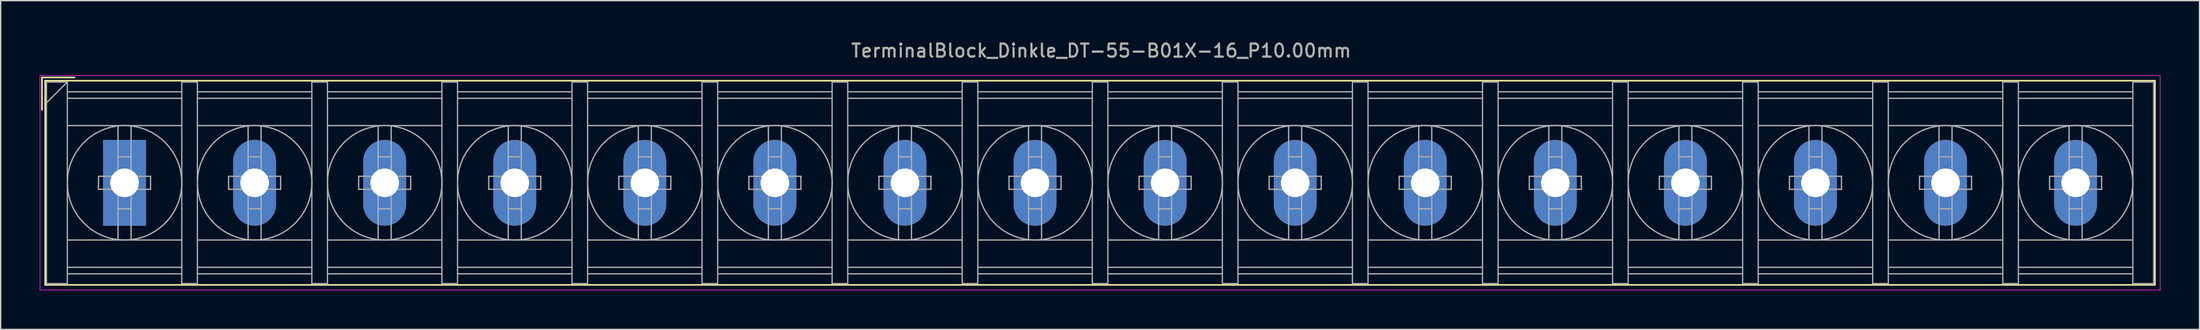
<source format=kicad_pcb>
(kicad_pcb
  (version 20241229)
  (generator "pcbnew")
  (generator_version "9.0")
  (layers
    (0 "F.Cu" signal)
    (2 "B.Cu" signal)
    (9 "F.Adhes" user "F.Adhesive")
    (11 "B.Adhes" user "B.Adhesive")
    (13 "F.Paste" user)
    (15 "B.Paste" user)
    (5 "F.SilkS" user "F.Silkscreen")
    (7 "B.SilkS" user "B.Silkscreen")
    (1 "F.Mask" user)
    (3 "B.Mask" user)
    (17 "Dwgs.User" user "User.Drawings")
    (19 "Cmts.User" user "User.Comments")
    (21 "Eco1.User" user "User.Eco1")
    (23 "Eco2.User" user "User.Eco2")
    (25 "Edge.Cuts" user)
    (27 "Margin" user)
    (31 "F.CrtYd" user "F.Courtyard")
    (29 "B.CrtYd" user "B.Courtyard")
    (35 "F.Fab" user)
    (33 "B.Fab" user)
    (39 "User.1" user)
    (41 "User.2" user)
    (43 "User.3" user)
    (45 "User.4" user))
  (footprint "TerminalBlock_Dinkle_DT-55-B01X-16_P10.00mm"
    (layer "F.Cu")
    (at 6.525 11.008)
    (property "Reference" "TerminalBlock_Dinkle_DT-55-B01X-16_P10.00mm" (at 75.08 -10.16 0) (layer "F.SilkS") (effects (font (size 1 1) (thickness 0.15))))
    (attr through_hole)
    (fp_line (start -6.35 -8.1) (end -3.85 -8.1) (stroke (width 0.12) (type solid)) (layer "F.SilkS"))
    (fp_line (start -6.35 -5.6) (end -6.35 -8.1) (stroke (width 0.12) (type solid)) (layer "F.SilkS"))
    (fp_line (start -6.1 -7.85) (end 156.1 -7.85) (stroke (width 0.12) (type solid)) (layer "F.SilkS"))
    (fp_line (start -6.1 7.85) (end -6.1 -7.85) (stroke (width 0.12) (type solid)) (layer "F.SilkS"))
    (fp_line (start -6.1 7.85) (end 156.1 7.85) (stroke (width 0.12) (type solid)) (layer "F.SilkS"))
    (fp_line (start 156.1 -7.85) (end 156.1 7.85) (stroke (width 0.12) (type solid)) (layer "F.SilkS"))
    (fp_line (start -6.5 -8.25) (end 156.5 -8.25) (stroke (width 0.05) (type solid)) (layer "F.CrtYd"))
    (fp_line (start -6.5 8.25) (end -6.5 -8.25) (stroke (width 0.05) (type solid)) (layer "F.CrtYd"))
    (fp_line (start -6.5 8.25) (end 156.5 8.25) (stroke (width 0.05) (type solid)) (layer "F.CrtYd"))
    (fp_line (start 156.5 -8.25) (end 156.5 8.25) (stroke (width 0.05) (type solid)) (layer "F.CrtYd"))
    (fp_line (start -6 -7.75) (end -6 7.75) (stroke (width 0.1) (type solid)) (layer "F.Fab"))
    (fp_line (start -6 -7.75) (end -4.4 -7.75) (stroke (width 0.1) (type solid)) (layer "F.Fab"))
    (fp_line (start -6 7.75) (end -4.4 7.75) (stroke (width 0.1) (type solid)) (layer "F.Fab"))
    (fp_line (start -4.4 -7.75) (end -6 -6.15) (stroke (width 0.1) (type solid)) (layer "F.Fab"))
    (fp_line (start -4.4 -7.75) (end -4.4 7.75) (stroke (width 0.1) (type solid)) (layer "F.Fab"))
    (fp_line (start -4.4 -7) (end 4.4 -7) (stroke (width 0.1) (type solid)) (layer "F.Fab"))
    (fp_line (start -4.4 -6.5) (end 4.4 -6.5) (stroke (width 0.1) (type solid)) (layer "F.Fab"))
    (fp_line (start -4.4 -4.4) (end 4.4 -4.4) (stroke (width 0.1) (type solid)) (layer "F.Fab"))
    (fp_line (start -4.4 4.4) (end 4.4 4.4) (stroke (width 0.1) (type solid)) (layer "F.Fab"))
    (fp_line (start -4.4 6.5) (end 4.4 6.5) (stroke (width 0.1) (type solid)) (layer "F.Fab"))
    (fp_line (start -4.4 7) (end 4.4 7) (stroke (width 0.1) (type solid)) (layer "F.Fab"))
    (fp_line (start -2 -0.5) (end -2 0.5) (stroke (width 0.1) (type solid)) (layer "F.Fab"))
    (fp_line (start -2 0.5) (end -0.5 0.5) (stroke (width 0.1) (type solid)) (layer "F.Fab"))
    (fp_line (start -0.5 -4.35) (end -0.5 -0.5) (stroke (width 0.1) (type solid)) (layer "F.Fab"))
    (fp_line (start -0.5 -2) (end 0.5 -2) (stroke (width 0.1) (type solid)) (layer "F.Fab"))
    (fp_line (start -0.5 -0.5) (end -2 -0.5) (stroke (width 0.1) (type solid)) (layer "F.Fab"))
    (fp_line (start -0.5 0.5) (end -0.5 4.35) (stroke (width 0.1) (type solid)) (layer "F.Fab"))
    (fp_line (start -0.5 2) (end 0.5 2) (stroke (width 0.1) (type solid)) (layer "F.Fab"))
    (fp_line (start 0.5 -4.35) (end 0.5 -0.5) (stroke (width 0.1) (type solid)) (layer "F.Fab"))
    (fp_line (start 0.5 -0.5) (end 2 -0.5) (stroke (width 0.1) (type solid)) (layer "F.Fab"))
    (fp_line (start 0.5 0.5) (end 0.5 4.35) (stroke (width 0.1) (type solid)) (layer "F.Fab"))
    (fp_line (start 2 -0.5) (end 2 0.5) (stroke (width 0.1) (type solid)) (layer "F.Fab"))
    (fp_line (start 2 0.5) (end 0.5 0.5) (stroke (width 0.1) (type solid)) (layer "F.Fab"))
    (fp_line (start 4.4 -7.75) (end 4.4 7.75) (stroke (width 0.1) (type solid)) (layer "F.Fab"))
    (fp_line (start 4.4 -7.75) (end 5.6 -7.75) (stroke (width 0.1) (type solid)) (layer "F.Fab"))
    (fp_line (start 4.4 7.75) (end 5.6 7.75) (stroke (width 0.1) (type solid)) (layer "F.Fab"))
    (fp_line (start 5.6 -7.75) (end 5.6 7.75) (stroke (width 0.1) (type solid)) (layer "F.Fab"))
    (fp_line (start 5.6 -7) (end 14.4 -7) (stroke (width 0.1) (type solid)) (layer "F.Fab"))
    (fp_line (start 5.6 -6.5) (end 14.4 -6.5) (stroke (width 0.1) (type solid)) (layer "F.Fab"))
    (fp_line (start 5.6 -4.4) (end 14.4 -4.4) (stroke (width 0.1) (type solid)) (layer "F.Fab"))
    (fp_line (start 5.6 4.4) (end 14.4 4.4) (stroke (width 0.1) (type solid)) (layer "F.Fab"))
    (fp_line (start 5.6 6.5) (end 14.4 6.5) (stroke (width 0.1) (type solid)) (layer "F.Fab"))
    (fp_line (start 5.6 7) (end 14.4 7) (stroke (width 0.1) (type solid)) (layer "F.Fab"))
    (fp_line (start 8 -0.5) (end 8 0.5) (stroke (width 0.1) (type solid)) (layer "F.Fab"))
    (fp_line (start 8 0.5) (end 9.5 0.5) (stroke (width 0.1) (type solid)) (layer "F.Fab"))
    (fp_line (start 9.5 -4.35) (end 9.5 -0.5) (stroke (width 0.1) (type solid)) (layer "F.Fab"))
    (fp_line (start 9.5 -2) (end 10.5 -2) (stroke (width 0.1) (type solid)) (layer "F.Fab"))
    (fp_line (start 9.5 -0.5) (end 8 -0.5) (stroke (width 0.1) (type solid)) (layer "F.Fab"))
    (fp_line (start 9.5 0.5) (end 9.5 4.35) (stroke (width 0.1) (type solid)) (layer "F.Fab"))
    (fp_line (start 9.5 2) (end 10.5 2) (stroke (width 0.1) (type solid)) (layer "F.Fab"))
    (fp_line (start 10.5 -4.35) (end 10.5 -0.5) (stroke (width 0.1) (type solid)) (layer "F.Fab"))
    (fp_line (start 10.5 -0.5) (end 12 -0.5) (stroke (width 0.1) (type solid)) (layer "F.Fab"))
    (fp_line (start 10.5 0.5) (end 10.5 4.35) (stroke (width 0.1) (type solid)) (layer "F.Fab"))
    (fp_line (start 12 -0.5) (end 12 0.5) (stroke (width 0.1) (type solid)) (layer "F.Fab"))
    (fp_line (start 12 0.5) (end 10.5 0.5) (stroke (width 0.1) (type solid)) (layer "F.Fab"))
    (fp_line (start 14.4 -7.75) (end 14.4 7.75) (stroke (width 0.1) (type solid)) (layer "F.Fab"))
    (fp_line (start 14.4 -7.75) (end 15.6 -7.75) (stroke (width 0.1) (type solid)) (layer "F.Fab"))
    (fp_line (start 14.4 7.75) (end 15.6 7.75) (stroke (width 0.1) (type solid)) (layer "F.Fab"))
    (fp_line (start 15.6 -7.75) (end 15.6 7.75) (stroke (width 0.1) (type solid)) (layer "F.Fab"))
    (fp_line (start 15.6 -7) (end 24.4 -7) (stroke (width 0.1) (type solid)) (layer "F.Fab"))
    (fp_line (start 15.6 -6.5) (end 24.4 -6.5) (stroke (width 0.1) (type solid)) (layer "F.Fab"))
    (fp_line (start 15.6 -4.4) (end 24.4 -4.4) (stroke (width 0.1) (type solid)) (layer "F.Fab"))
    (fp_line (start 15.6 4.4) (end 24.4 4.4) (stroke (width 0.1) (type solid)) (layer "F.Fab"))
    (fp_line (start 15.6 6.5) (end 24.4 6.5) (stroke (width 0.1) (type solid)) (layer "F.Fab"))
    (fp_line (start 15.6 7) (end 24.4 7) (stroke (width 0.1) (type solid)) (layer "F.Fab"))
    (fp_line (start 18 -0.5) (end 18 0.5) (stroke (width 0.1) (type solid)) (layer "F.Fab"))
    (fp_line (start 18 0.5) (end 19.5 0.5) (stroke (width 0.1) (type solid)) (layer "F.Fab"))
    (fp_line (start 19.5 -4.35) (end 19.5 -0.5) (stroke (width 0.1) (type solid)) (layer "F.Fab"))
    (fp_line (start 19.5 -2) (end 20.5 -2) (stroke (width 0.1) (type solid)) (layer "F.Fab"))
    (fp_line (start 19.5 -0.5) (end 18 -0.5) (stroke (width 0.1) (type solid)) (layer "F.Fab"))
    (fp_line (start 19.5 0.5) (end 19.5 4.35) (stroke (width 0.1) (type solid)) (layer "F.Fab"))
    (fp_line (start 19.5 2) (end 20.5 2) (stroke (width 0.1) (type solid)) (layer "F.Fab"))
    (fp_line (start 20.5 -4.35) (end 20.5 -0.5) (stroke (width 0.1) (type solid)) (layer "F.Fab"))
    (fp_line (start 20.5 -0.5) (end 22 -0.5) (stroke (width 0.1) (type solid)) (layer "F.Fab"))
    (fp_line (start 20.5 0.5) (end 20.5 4.35) (stroke (width 0.1) (type solid)) (layer "F.Fab"))
    (fp_line (start 22 -0.5) (end 22 0.5) (stroke (width 0.1) (type solid)) (layer "F.Fab"))
    (fp_line (start 22 0.5) (end 20.5 0.5) (stroke (width 0.1) (type solid)) (layer "F.Fab"))
    (fp_line (start 24.4 -7.75) (end 24.4 7.75) (stroke (width 0.1) (type solid)) (layer "F.Fab"))
    (fp_line (start 24.4 -7.75) (end 25.6 -7.75) (stroke (width 0.1) (type solid)) (layer "F.Fab"))
    (fp_line (start 24.4 7.75) (end 25.6 7.75) (stroke (width 0.1) (type solid)) (layer "F.Fab"))
    (fp_line (start 25.6 -7.75) (end 25.6 7.75) (stroke (width 0.1) (type solid)) (layer "F.Fab"))
    (fp_line (start 25.6 -7) (end 34.4 -7) (stroke (width 0.1) (type solid)) (layer "F.Fab"))
    (fp_line (start 25.6 -6.5) (end 34.4 -6.5) (stroke (width 0.1) (type solid)) (layer "F.Fab"))
    (fp_line (start 25.6 -4.4) (end 34.4 -4.4) (stroke (width 0.1) (type solid)) (layer "F.Fab"))
    (fp_line (start 25.6 4.4) (end 34.4 4.4) (stroke (width 0.1) (type solid)) (layer "F.Fab"))
    (fp_line (start 25.6 6.5) (end 34.4 6.5) (stroke (width 0.1) (type solid)) (layer "F.Fab"))
    (fp_line (start 25.6 7) (end 34.4 7) (stroke (width 0.1) (type solid)) (layer "F.Fab"))
    (fp_line (start 28 -0.5) (end 28 0.5) (stroke (width 0.1) (type solid)) (layer "F.Fab"))
    (fp_line (start 28 0.5) (end 29.5 0.5) (stroke (width 0.1) (type solid)) (layer "F.Fab"))
    (fp_line (start 29.5 -4.35) (end 29.5 -0.5) (stroke (width 0.1) (type solid)) (layer "F.Fab"))
    (fp_line (start 29.5 -2) (end 30.5 -2) (stroke (width 0.1) (type solid)) (layer "F.Fab"))
    (fp_line (start 29.5 -0.5) (end 28 -0.5) (stroke (width 0.1) (type solid)) (layer "F.Fab"))
    (fp_line (start 29.5 0.5) (end 29.5 4.35) (stroke (width 0.1) (type solid)) (layer "F.Fab"))
    (fp_line (start 29.5 2) (end 30.5 2) (stroke (width 0.1) (type solid)) (layer "F.Fab"))
    (fp_line (start 30.5 -4.35) (end 30.5 -0.5) (stroke (width 0.1) (type solid)) (layer "F.Fab"))
    (fp_line (start 30.5 -0.5) (end 32 -0.5) (stroke (width 0.1) (type solid)) (layer "F.Fab"))
    (fp_line (start 30.5 0.5) (end 30.5 4.35) (stroke (width 0.1) (type solid)) (layer "F.Fab"))
    (fp_line (start 32 -0.5) (end 32 0.5) (stroke (width 0.1) (type solid)) (layer "F.Fab"))
    (fp_line (start 32 0.5) (end 30.5 0.5) (stroke (width 0.1) (type solid)) (layer "F.Fab"))
    (fp_line (start 34.4 -7.75) (end 34.4 7.75) (stroke (width 0.1) (type solid)) (layer "F.Fab"))
    (fp_line (start 34.4 -7.75) (end 35.6 -7.75) (stroke (width 0.1) (type solid)) (layer "F.Fab"))
    (fp_line (start 34.4 7.75) (end 35.6 7.75) (stroke (width 0.1) (type solid)) (layer "F.Fab"))
    (fp_line (start 35.6 -7.75) (end 35.6 7.75) (stroke (width 0.1) (type solid)) (layer "F.Fab"))
    (fp_line (start 35.6 -7) (end 44.4 -7) (stroke (width 0.1) (type solid)) (layer "F.Fab"))
    (fp_line (start 35.6 -6.5) (end 44.4 -6.5) (stroke (width 0.1) (type solid)) (layer "F.Fab"))
    (fp_line (start 35.6 -4.4) (end 44.4 -4.4) (stroke (width 0.1) (type solid)) (layer "F.Fab"))
    (fp_line (start 35.6 4.4) (end 44.4 4.4) (stroke (width 0.1) (type solid)) (layer "F.Fab"))
    (fp_line (start 35.6 6.5) (end 44.4 6.5) (stroke (width 0.1) (type solid)) (layer "F.Fab"))
    (fp_line (start 35.6 7) (end 44.4 7) (stroke (width 0.1) (type solid)) (layer "F.Fab"))
    (fp_line (start 38 -0.5) (end 38 0.5) (stroke (width 0.1) (type solid)) (layer "F.Fab"))
    (fp_line (start 38 0.5) (end 39.5 0.5) (stroke (width 0.1) (type solid)) (layer "F.Fab"))
    (fp_line (start 39.5 -4.35) (end 39.5 -0.5) (stroke (width 0.1) (type solid)) (layer "F.Fab"))
    (fp_line (start 39.5 -2) (end 40.5 -2) (stroke (width 0.1) (type solid)) (layer "F.Fab"))
    (fp_line (start 39.5 -0.5) (end 38 -0.5) (stroke (width 0.1) (type solid)) (layer "F.Fab"))
    (fp_line (start 39.5 0.5) (end 39.5 4.35) (stroke (width 0.1) (type solid)) (layer "F.Fab"))
    (fp_line (start 39.5 2) (end 40.5 2) (stroke (width 0.1) (type solid)) (layer "F.Fab"))
    (fp_line (start 40.5 -4.35) (end 40.5 -0.5) (stroke (width 0.1) (type solid)) (layer "F.Fab"))
    (fp_line (start 40.5 -0.5) (end 42 -0.5) (stroke (width 0.1) (type solid)) (layer "F.Fab"))
    (fp_line (start 40.5 0.5) (end 40.5 4.35) (stroke (width 0.1) (type solid)) (layer "F.Fab"))
    (fp_line (start 42 -0.5) (end 42 0.5) (stroke (width 0.1) (type solid)) (layer "F.Fab"))
    (fp_line (start 42 0.5) (end 40.5 0.5) (stroke (width 0.1) (type solid)) (layer "F.Fab"))
    (fp_line (start 44.4 -7.75) (end 44.4 7.75) (stroke (width 0.1) (type solid)) (layer "F.Fab"))
    (fp_line (start 44.4 -7.75) (end 45.6 -7.75) (stroke (width 0.1) (type solid)) (layer "F.Fab"))
    (fp_line (start 44.4 7.75) (end 45.6 7.75) (stroke (width 0.1) (type solid)) (layer "F.Fab"))
    (fp_line (start 45.6 -7.75) (end 45.6 7.75) (stroke (width 0.1) (type solid)) (layer "F.Fab"))
    (fp_line (start 45.6 -7) (end 54.4 -7) (stroke (width 0.1) (type solid)) (layer "F.Fab"))
    (fp_line (start 45.6 -6.5) (end 54.4 -6.5) (stroke (width 0.1) (type solid)) (layer "F.Fab"))
    (fp_line (start 45.6 -4.4) (end 54.4 -4.4) (stroke (width 0.1) (type solid)) (layer "F.Fab"))
    (fp_line (start 45.6 4.4) (end 54.4 4.4) (stroke (width 0.1) (type solid)) (layer "F.Fab"))
    (fp_line (start 45.6 6.5) (end 54.4 6.5) (stroke (width 0.1) (type solid)) (layer "F.Fab"))
    (fp_line (start 45.6 7) (end 54.4 7) (stroke (width 0.1) (type solid)) (layer "F.Fab"))
    (fp_line (start 48 -0.5) (end 48 0.5) (stroke (width 0.1) (type solid)) (layer "F.Fab"))
    (fp_line (start 48 0.5) (end 49.5 0.5) (stroke (width 0.1) (type solid)) (layer "F.Fab"))
    (fp_line (start 49.5 -4.35) (end 49.5 -0.5) (stroke (width 0.1) (type solid)) (layer "F.Fab"))
    (fp_line (start 49.5 -2) (end 50.5 -2) (stroke (width 0.1) (type solid)) (layer "F.Fab"))
    (fp_line (start 49.5 -0.5) (end 48 -0.5) (stroke (width 0.1) (type solid)) (layer "F.Fab"))
    (fp_line (start 49.5 0.5) (end 49.5 4.35) (stroke (width 0.1) (type solid)) (layer "F.Fab"))
    (fp_line (start 49.5 2) (end 50.5 2) (stroke (width 0.1) (type solid)) (layer "F.Fab"))
    (fp_line (start 50.5 -4.35) (end 50.5 -0.5) (stroke (width 0.1) (type solid)) (layer "F.Fab"))
    (fp_line (start 50.5 -0.5) (end 52 -0.5) (stroke (width 0.1) (type solid)) (layer "F.Fab"))
    (fp_line (start 50.5 0.5) (end 50.5 4.35) (stroke (width 0.1) (type solid)) (layer "F.Fab"))
    (fp_line (start 52 -0.5) (end 52 0.5) (stroke (width 0.1) (type solid)) (layer "F.Fab"))
    (fp_line (start 52 0.5) (end 50.5 0.5) (stroke (width 0.1) (type solid)) (layer "F.Fab"))
    (fp_line (start 54.4 -7.75) (end 54.4 7.75) (stroke (width 0.1) (type solid)) (layer "F.Fab"))
    (fp_line (start 54.4 -7.75) (end 55.6 -7.75) (stroke (width 0.1) (type solid)) (layer "F.Fab"))
    (fp_line (start 54.4 7.75) (end 55.6 7.75) (stroke (width 0.1) (type solid)) (layer "F.Fab"))
    (fp_line (start 55.6 -7.75) (end 55.6 7.75) (stroke (width 0.1) (type solid)) (layer "F.Fab"))
    (fp_line (start 55.6 -7) (end 64.4 -7) (stroke (width 0.1) (type solid)) (layer "F.Fab"))
    (fp_line (start 55.6 -6.5) (end 64.4 -6.5) (stroke (width 0.1) (type solid)) (layer "F.Fab"))
    (fp_line (start 55.6 -4.4) (end 64.4 -4.4) (stroke (width 0.1) (type solid)) (layer "F.Fab"))
    (fp_line (start 55.6 4.4) (end 64.4 4.4) (stroke (width 0.1) (type solid)) (layer "F.Fab"))
    (fp_line (start 55.6 6.5) (end 64.4 6.5) (stroke (width 0.1) (type solid)) (layer "F.Fab"))
    (fp_line (start 55.6 7) (end 64.4 7) (stroke (width 0.1) (type solid)) (layer "F.Fab"))
    (fp_line (start 58 -0.5) (end 58 0.5) (stroke (width 0.1) (type solid)) (layer "F.Fab"))
    (fp_line (start 58 0.5) (end 59.5 0.5) (stroke (width 0.1) (type solid)) (layer "F.Fab"))
    (fp_line (start 59.5 -4.35) (end 59.5 -0.5) (stroke (width 0.1) (type solid)) (layer "F.Fab"))
    (fp_line (start 59.5 -2) (end 60.5 -2) (stroke (width 0.1) (type solid)) (layer "F.Fab"))
    (fp_line (start 59.5 -0.5) (end 58 -0.5) (stroke (width 0.1) (type solid)) (layer "F.Fab"))
    (fp_line (start 59.5 0.5) (end 59.5 4.35) (stroke (width 0.1) (type solid)) (layer "F.Fab"))
    (fp_line (start 59.5 2) (end 60.5 2) (stroke (width 0.1) (type solid)) (layer "F.Fab"))
    (fp_line (start 60.5 -4.35) (end 60.5 -0.5) (stroke (width 0.1) (type solid)) (layer "F.Fab"))
    (fp_line (start 60.5 -0.5) (end 62 -0.5) (stroke (width 0.1) (type solid)) (layer "F.Fab"))
    (fp_line (start 60.5 0.5) (end 60.5 4.35) (stroke (width 0.1) (type solid)) (layer "F.Fab"))
    (fp_line (start 62 -0.5) (end 62 0.5) (stroke (width 0.1) (type solid)) (layer "F.Fab"))
    (fp_line (start 62 0.5) (end 60.5 0.5) (stroke (width 0.1) (type solid)) (layer "F.Fab"))
    (fp_line (start 64.4 -7.75) (end 64.4 7.75) (stroke (width 0.1) (type solid)) (layer "F.Fab"))
    (fp_line (start 64.4 -7.75) (end 65.6 -7.75) (stroke (width 0.1) (type solid)) (layer "F.Fab"))
    (fp_line (start 64.4 7.75) (end 65.6 7.75) (stroke (width 0.1) (type solid)) (layer "F.Fab"))
    (fp_line (start 65.6 -7.75) (end 65.6 7.75) (stroke (width 0.1) (type solid)) (layer "F.Fab"))
    (fp_line (start 65.6 -7) (end 74.4 -7) (stroke (width 0.1) (type solid)) (layer "F.Fab"))
    (fp_line (start 65.6 -6.5) (end 74.4 -6.5) (stroke (width 0.1) (type solid)) (layer "F.Fab"))
    (fp_line (start 65.6 -4.4) (end 74.4 -4.4) (stroke (width 0.1) (type solid)) (layer "F.Fab"))
    (fp_line (start 65.6 4.4) (end 74.4 4.4) (stroke (width 0.1) (type solid)) (layer "F.Fab"))
    (fp_line (start 65.6 6.5) (end 74.4 6.5) (stroke (width 0.1) (type solid)) (layer "F.Fab"))
    (fp_line (start 65.6 7) (end 74.4 7) (stroke (width 0.1) (type solid)) (layer "F.Fab"))
    (fp_line (start 68 -0.5) (end 68 0.5) (stroke (width 0.1) (type solid)) (layer "F.Fab"))
    (fp_line (start 68 0.5) (end 69.5 0.5) (stroke (width 0.1) (type solid)) (layer "F.Fab"))
    (fp_line (start 69.5 -4.35) (end 69.5 -0.5) (stroke (width 0.1) (type solid)) (layer "F.Fab"))
    (fp_line (start 69.5 -2) (end 70.5 -2) (stroke (width 0.1) (type solid)) (layer "F.Fab"))
    (fp_line (start 69.5 -0.5) (end 68 -0.5) (stroke (width 0.1) (type solid)) (layer "F.Fab"))
    (fp_line (start 69.5 0.5) (end 69.5 4.35) (stroke (width 0.1) (type solid)) (layer "F.Fab"))
    (fp_line (start 69.5 2) (end 70.5 2) (stroke (width 0.1) (type solid)) (layer "F.Fab"))
    (fp_line (start 70.5 -4.35) (end 70.5 -0.5) (stroke (width 0.1) (type solid)) (layer "F.Fab"))
    (fp_line (start 70.5 -0.5) (end 72 -0.5) (stroke (width 0.1) (type solid)) (layer "F.Fab"))
    (fp_line (start 70.5 0.5) (end 70.5 4.35) (stroke (width 0.1) (type solid)) (layer "F.Fab"))
    (fp_line (start 72 -0.5) (end 72 0.5) (stroke (width 0.1) (type solid)) (layer "F.Fab"))
    (fp_line (start 72 0.5) (end 70.5 0.5) (stroke (width 0.1) (type solid)) (layer "F.Fab"))
    (fp_line (start 74.4 -7.75) (end 74.4 7.75) (stroke (width 0.1) (type solid)) (layer "F.Fab"))
    (fp_line (start 74.4 -7.75) (end 75.6 -7.75) (stroke (width 0.1) (type solid)) (layer "F.Fab"))
    (fp_line (start 74.4 7.75) (end 75.6 7.75) (stroke (width 0.1) (type solid)) (layer "F.Fab"))
    (fp_line (start 75.6 -7.75) (end 75.6 7.75) (stroke (width 0.1) (type solid)) (layer "F.Fab"))
    (fp_line (start 75.6 -7) (end 84.4 -7) (stroke (width 0.1) (type solid)) (layer "F.Fab"))
    (fp_line (start 75.6 -6.5) (end 84.4 -6.5) (stroke (width 0.1) (type solid)) (layer "F.Fab"))
    (fp_line (start 75.6 -4.4) (end 84.4 -4.4) (stroke (width 0.1) (type solid)) (layer "F.Fab"))
    (fp_line (start 75.6 4.4) (end 84.4 4.4) (stroke (width 0.1) (type solid)) (layer "F.Fab"))
    (fp_line (start 75.6 6.5) (end 84.4 6.5) (stroke (width 0.1) (type solid)) (layer "F.Fab"))
    (fp_line (start 75.6 7) (end 84.4 7) (stroke (width 0.1) (type solid)) (layer "F.Fab"))
    (fp_line (start 78 -0.5) (end 78 0.5) (stroke (width 0.1) (type solid)) (layer "F.Fab"))
    (fp_line (start 78 0.5) (end 79.5 0.5) (stroke (width 0.1) (type solid)) (layer "F.Fab"))
    (fp_line (start 79.5 -4.35) (end 79.5 -0.5) (stroke (width 0.1) (type solid)) (layer "F.Fab"))
    (fp_line (start 79.5 -2) (end 80.5 -2) (stroke (width 0.1) (type solid)) (layer "F.Fab"))
    (fp_line (start 79.5 -0.5) (end 78 -0.5) (stroke (width 0.1) (type solid)) (layer "F.Fab"))
    (fp_line (start 79.5 0.5) (end 79.5 4.35) (stroke (width 0.1) (type solid)) (layer "F.Fab"))
    (fp_line (start 79.5 2) (end 80.5 2) (stroke (width 0.1) (type solid)) (layer "F.Fab"))
    (fp_line (start 80.5 -4.35) (end 80.5 -0.5) (stroke (width 0.1) (type solid)) (layer "F.Fab"))
    (fp_line (start 80.5 -0.5) (end 82 -0.5) (stroke (width 0.1) (type solid)) (layer "F.Fab"))
    (fp_line (start 80.5 0.5) (end 80.5 4.35) (stroke (width 0.1) (type solid)) (layer "F.Fab"))
    (fp_line (start 82 -0.5) (end 82 0.5) (stroke (width 0.1) (type solid)) (layer "F.Fab"))
    (fp_line (start 82 0.5) (end 80.5 0.5) (stroke (width 0.1) (type solid)) (layer "F.Fab"))
    (fp_line (start 84.4 -7.75) (end 84.4 7.75) (stroke (width 0.1) (type solid)) (layer "F.Fab"))
    (fp_line (start 84.4 -7.75) (end 85.6 -7.75) (stroke (width 0.1) (type solid)) (layer "F.Fab"))
    (fp_line (start 84.4 7.75) (end 85.6 7.75) (stroke (width 0.1) (type solid)) (layer "F.Fab"))
    (fp_line (start 85.6 -7.75) (end 85.6 7.75) (stroke (width 0.1) (type solid)) (layer "F.Fab"))
    (fp_line (start 85.6 -7) (end 94.4 -7) (stroke (width 0.1) (type solid)) (layer "F.Fab"))
    (fp_line (start 85.6 -6.5) (end 94.4 -6.5) (stroke (width 0.1) (type solid)) (layer "F.Fab"))
    (fp_line (start 85.6 -4.4) (end 94.4 -4.4) (stroke (width 0.1) (type solid)) (layer "F.Fab"))
    (fp_line (start 85.6 4.4) (end 94.4 4.4) (stroke (width 0.1) (type solid)) (layer "F.Fab"))
    (fp_line (start 85.6 6.5) (end 94.4 6.5) (stroke (width 0.1) (type solid)) (layer "F.Fab"))
    (fp_line (start 85.6 7) (end 94.4 7) (stroke (width 0.1) (type solid)) (layer "F.Fab"))
    (fp_line (start 88 -0.5) (end 88 0.5) (stroke (width 0.1) (type solid)) (layer "F.Fab"))
    (fp_line (start 88 0.5) (end 89.5 0.5) (stroke (width 0.1) (type solid)) (layer "F.Fab"))
    (fp_line (start 89.5 -4.35) (end 89.5 -0.5) (stroke (width 0.1) (type solid)) (layer "F.Fab"))
    (fp_line (start 89.5 -2) (end 90.5 -2) (stroke (width 0.1) (type solid)) (layer "F.Fab"))
    (fp_line (start 89.5 -0.5) (end 88 -0.5) (stroke (width 0.1) (type solid)) (layer "F.Fab"))
    (fp_line (start 89.5 0.5) (end 89.5 4.35) (stroke (width 0.1) (type solid)) (layer "F.Fab"))
    (fp_line (start 89.5 2) (end 90.5 2) (stroke (width 0.1) (type solid)) (layer "F.Fab"))
    (fp_line (start 90.5 -4.35) (end 90.5 -0.5) (stroke (width 0.1) (type solid)) (layer "F.Fab"))
    (fp_line (start 90.5 -0.5) (end 92 -0.5) (stroke (width 0.1) (type solid)) (layer "F.Fab"))
    (fp_line (start 90.5 0.5) (end 90.5 4.35) (stroke (width 0.1) (type solid)) (layer "F.Fab"))
    (fp_line (start 92 -0.5) (end 92 0.5) (stroke (width 0.1) (type solid)) (layer "F.Fab"))
    (fp_line (start 92 0.5) (end 90.5 0.5) (stroke (width 0.1) (type solid)) (layer "F.Fab"))
    (fp_line (start 94.4 -7.75) (end 94.4 7.75) (stroke (width 0.1) (type solid)) (layer "F.Fab"))
    (fp_line (start 94.4 -7.75) (end 95.6 -7.75) (stroke (width 0.1) (type solid)) (layer "F.Fab"))
    (fp_line (start 94.4 7.75) (end 95.6 7.75) (stroke (width 0.1) (type solid)) (layer "F.Fab"))
    (fp_line (start 95.6 -7.75) (end 95.6 7.75) (stroke (width 0.1) (type solid)) (layer "F.Fab"))
    (fp_line (start 95.6 -7) (end 104.4 -7) (stroke (width 0.1) (type solid)) (layer "F.Fab"))
    (fp_line (start 95.6 -6.5) (end 104.4 -6.5) (stroke (width 0.1) (type solid)) (layer "F.Fab"))
    (fp_line (start 95.6 -4.4) (end 104.4 -4.4) (stroke (width 0.1) (type solid)) (layer "F.Fab"))
    (fp_line (start 95.6 4.4) (end 104.4 4.4) (stroke (width 0.1) (type solid)) (layer "F.Fab"))
    (fp_line (start 95.6 6.5) (end 104.4 6.5) (stroke (width 0.1) (type solid)) (layer "F.Fab"))
    (fp_line (start 95.6 7) (end 104.4 7) (stroke (width 0.1) (type solid)) (layer "F.Fab"))
    (fp_line (start 98 -0.5) (end 98 0.5) (stroke (width 0.1) (type solid)) (layer "F.Fab"))
    (fp_line (start 98 0.5) (end 99.5 0.5) (stroke (width 0.1) (type solid)) (layer "F.Fab"))
    (fp_line (start 99.5 -4.35) (end 99.5 -0.5) (stroke (width 0.1) (type solid)) (layer "F.Fab"))
    (fp_line (start 99.5 -2) (end 100.5 -2) (stroke (width 0.1) (type solid)) (layer "F.Fab"))
    (fp_line (start 99.5 -0.5) (end 98 -0.5) (stroke (width 0.1) (type solid)) (layer "F.Fab"))
    (fp_line (start 99.5 0.5) (end 99.5 4.35) (stroke (width 0.1) (type solid)) (layer "F.Fab"))
    (fp_line (start 99.5 2) (end 100.5 2) (stroke (width 0.1) (type solid)) (layer "F.Fab"))
    (fp_line (start 100.5 -4.35) (end 100.5 -0.5) (stroke (width 0.1) (type solid)) (layer "F.Fab"))
    (fp_line (start 100.5 -0.5) (end 102 -0.5) (stroke (width 0.1) (type solid)) (layer "F.Fab"))
    (fp_line (start 100.5 0.5) (end 100.5 4.35) (stroke (width 0.1) (type solid)) (layer "F.Fab"))
    (fp_line (start 102 -0.5) (end 102 0.5) (stroke (width 0.1) (type solid)) (layer "F.Fab"))
    (fp_line (start 102 0.5) (end 100.5 0.5) (stroke (width 0.1) (type solid)) (layer "F.Fab"))
    (fp_line (start 104.4 -7.75) (end 104.4 7.75) (stroke (width 0.1) (type solid)) (layer "F.Fab"))
    (fp_line (start 104.4 -7.75) (end 105.6 -7.75) (stroke (width 0.1) (type solid)) (layer "F.Fab"))
    (fp_line (start 104.4 7.75) (end 105.6 7.75) (stroke (width 0.1) (type solid)) (layer "F.Fab"))
    (fp_line (start 105.6 -7.75) (end 105.6 7.75) (stroke (width 0.1) (type solid)) (layer "F.Fab"))
    (fp_line (start 105.6 -7) (end 114.4 -7) (stroke (width 0.1) (type solid)) (layer "F.Fab"))
    (fp_line (start 105.6 -6.5) (end 114.4 -6.5) (stroke (width 0.1) (type solid)) (layer "F.Fab"))
    (fp_line (start 105.6 -4.4) (end 114.4 -4.4) (stroke (width 0.1) (type solid)) (layer "F.Fab"))
    (fp_line (start 105.6 4.4) (end 114.4 4.4) (stroke (width 0.1) (type solid)) (layer "F.Fab"))
    (fp_line (start 105.6 6.5) (end 114.4 6.5) (stroke (width 0.1) (type solid)) (layer "F.Fab"))
    (fp_line (start 105.6 7) (end 114.4 7) (stroke (width 0.1) (type solid)) (layer "F.Fab"))
    (fp_line (start 108 -0.5) (end 108 0.5) (stroke (width 0.1) (type solid)) (layer "F.Fab"))
    (fp_line (start 108 0.5) (end 109.5 0.5) (stroke (width 0.1) (type solid)) (layer "F.Fab"))
    (fp_line (start 109.5 -4.35) (end 109.5 -0.5) (stroke (width 0.1) (type solid)) (layer "F.Fab"))
    (fp_line (start 109.5 -2) (end 110.5 -2) (stroke (width 0.1) (type solid)) (layer "F.Fab"))
    (fp_line (start 109.5 -0.5) (end 108 -0.5) (stroke (width 0.1) (type solid)) (layer "F.Fab"))
    (fp_line (start 109.5 0.5) (end 109.5 4.35) (stroke (width 0.1) (type solid)) (layer "F.Fab"))
    (fp_line (start 109.5 2) (end 110.5 2) (stroke (width 0.1) (type solid)) (layer "F.Fab"))
    (fp_line (start 110.5 -4.35) (end 110.5 -0.5) (stroke (width 0.1) (type solid)) (layer "F.Fab"))
    (fp_line (start 110.5 -0.5) (end 112 -0.5) (stroke (width 0.1) (type solid)) (layer "F.Fab"))
    (fp_line (start 110.5 0.5) (end 110.5 4.35) (stroke (width 0.1) (type solid)) (layer "F.Fab"))
    (fp_line (start 112 -0.5) (end 112 0.5) (stroke (width 0.1) (type solid)) (layer "F.Fab"))
    (fp_line (start 112 0.5) (end 110.5 0.5) (stroke (width 0.1) (type solid)) (layer "F.Fab"))
    (fp_line (start 114.4 -7.75) (end 114.4 7.75) (stroke (width 0.1) (type solid)) (layer "F.Fab"))
    (fp_line (start 114.4 -7.75) (end 115.6 -7.75) (stroke (width 0.1) (type solid)) (layer "F.Fab"))
    (fp_line (start 114.4 7.75) (end 115.6 7.75) (stroke (width 0.1) (type solid)) (layer "F.Fab"))
    (fp_line (start 115.6 -7.75) (end 115.6 7.75) (stroke (width 0.1) (type solid)) (layer "F.Fab"))
    (fp_line (start 115.6 -7) (end 124.4 -7) (stroke (width 0.1) (type solid)) (layer "F.Fab"))
    (fp_line (start 115.6 -6.5) (end 124.4 -6.5) (stroke (width 0.1) (type solid)) (layer "F.Fab"))
    (fp_line (start 115.6 -4.4) (end 124.4 -4.4) (stroke (width 0.1) (type solid)) (layer "F.Fab"))
    (fp_line (start 115.6 4.4) (end 124.4 4.4) (stroke (width 0.1) (type solid)) (layer "F.Fab"))
    (fp_line (start 115.6 6.5) (end 124.4 6.5) (stroke (width 0.1) (type solid)) (layer "F.Fab"))
    (fp_line (start 115.6 7) (end 124.4 7) (stroke (width 0.1) (type solid)) (layer "F.Fab"))
    (fp_line (start 118 -0.5) (end 118 0.5) (stroke (width 0.1) (type solid)) (layer "F.Fab"))
    (fp_line (start 118 0.5) (end 119.5 0.5) (stroke (width 0.1) (type solid)) (layer "F.Fab"))
    (fp_line (start 119.5 -4.35) (end 119.5 -0.5) (stroke (width 0.1) (type solid)) (layer "F.Fab"))
    (fp_line (start 119.5 -2) (end 120.5 -2) (stroke (width 0.1) (type solid)) (layer "F.Fab"))
    (fp_line (start 119.5 -0.5) (end 118 -0.5) (stroke (width 0.1) (type solid)) (layer "F.Fab"))
    (fp_line (start 119.5 0.5) (end 119.5 4.35) (stroke (width 0.1) (type solid)) (layer "F.Fab"))
    (fp_line (start 119.5 2) (end 120.5 2) (stroke (width 0.1) (type solid)) (layer "F.Fab"))
    (fp_line (start 120.5 -4.35) (end 120.5 -0.5) (stroke (width 0.1) (type solid)) (layer "F.Fab"))
    (fp_line (start 120.5 -0.5) (end 122 -0.5) (stroke (width 0.1) (type solid)) (layer "F.Fab"))
    (fp_line (start 120.5 0.5) (end 120.5 4.35) (stroke (width 0.1) (type solid)) (layer "F.Fab"))
    (fp_line (start 122 -0.5) (end 122 0.5) (stroke (width 0.1) (type solid)) (layer "F.Fab"))
    (fp_line (start 122 0.5) (end 120.5 0.5) (stroke (width 0.1) (type solid)) (layer "F.Fab"))
    (fp_line (start 124.4 -7.75) (end 124.4 7.75) (stroke (width 0.1) (type solid)) (layer "F.Fab"))
    (fp_line (start 124.4 -7.75) (end 125.6 -7.75) (stroke (width 0.1) (type solid)) (layer "F.Fab"))
    (fp_line (start 124.4 7.75) (end 125.6 7.75) (stroke (width 0.1) (type solid)) (layer "F.Fab"))
    (fp_line (start 125.6 -7.75) (end 125.6 7.75) (stroke (width 0.1) (type solid)) (layer "F.Fab"))
    (fp_line (start 125.6 -7) (end 134.4 -7) (stroke (width 0.1) (type solid)) (layer "F.Fab"))
    (fp_line (start 125.6 -6.5) (end 134.4 -6.5) (stroke (width 0.1) (type solid)) (layer "F.Fab"))
    (fp_line (start 125.6 -4.4) (end 134.4 -4.4) (stroke (width 0.1) (type solid)) (layer "F.Fab"))
    (fp_line (start 125.6 4.4) (end 134.4 4.4) (stroke (width 0.1) (type solid)) (layer "F.Fab"))
    (fp_line (start 125.6 6.5) (end 134.4 6.5) (stroke (width 0.1) (type solid)) (layer "F.Fab"))
    (fp_line (start 125.6 7) (end 134.4 7) (stroke (width 0.1) (type solid)) (layer "F.Fab"))
    (fp_line (start 128 -0.5) (end 128 0.5) (stroke (width 0.1) (type solid)) (layer "F.Fab"))
    (fp_line (start 128 0.5) (end 129.5 0.5) (stroke (width 0.1) (type solid)) (layer "F.Fab"))
    (fp_line (start 129.5 -4.35) (end 129.5 -0.5) (stroke (width 0.1) (type solid)) (layer "F.Fab"))
    (fp_line (start 129.5 -2) (end 130.5 -2) (stroke (width 0.1) (type solid)) (layer "F.Fab"))
    (fp_line (start 129.5 -0.5) (end 128 -0.5) (stroke (width 0.1) (type solid)) (layer "F.Fab"))
    (fp_line (start 129.5 0.5) (end 129.5 4.35) (stroke (width 0.1) (type solid)) (layer "F.Fab"))
    (fp_line (start 129.5 2) (end 130.5 2) (stroke (width 0.1) (type solid)) (layer "F.Fab"))
    (fp_line (start 130.5 -4.35) (end 130.5 -0.5) (stroke (width 0.1) (type solid)) (layer "F.Fab"))
    (fp_line (start 130.5 -0.5) (end 132 -0.5) (stroke (width 0.1) (type solid)) (layer "F.Fab"))
    (fp_line (start 130.5 0.5) (end 130.5 4.35) (stroke (width 0.1) (type solid)) (layer "F.Fab"))
    (fp_line (start 132 -0.5) (end 132 0.5) (stroke (width 0.1) (type solid)) (layer "F.Fab"))
    (fp_line (start 132 0.5) (end 130.5 0.5) (stroke (width 0.1) (type solid)) (layer "F.Fab"))
    (fp_line (start 134.4 -7.75) (end 134.4 7.75) (stroke (width 0.1) (type solid)) (layer "F.Fab"))
    (fp_line (start 134.4 -7.75) (end 135.6 -7.75) (stroke (width 0.1) (type solid)) (layer "F.Fab"))
    (fp_line (start 134.4 7.75) (end 135.6 7.75) (stroke (width 0.1) (type solid)) (layer "F.Fab"))
    (fp_line (start 135.6 -7.75) (end 135.6 7.75) (stroke (width 0.1) (type solid)) (layer "F.Fab"))
    (fp_line (start 135.6 -7) (end 144.4 -7) (stroke (width 0.1) (type solid)) (layer "F.Fab"))
    (fp_line (start 135.6 -6.5) (end 144.4 -6.5) (stroke (width 0.1) (type solid)) (layer "F.Fab"))
    (fp_line (start 135.6 -4.4) (end 144.4 -4.4) (stroke (width 0.1) (type solid)) (layer "F.Fab"))
    (fp_line (start 135.6 4.4) (end 144.4 4.4) (stroke (width 0.1) (type solid)) (layer "F.Fab"))
    (fp_line (start 135.6 6.5) (end 144.4 6.5) (stroke (width 0.1) (type solid)) (layer "F.Fab"))
    (fp_line (start 135.6 7) (end 144.4 7) (stroke (width 0.1) (type solid)) (layer "F.Fab"))
    (fp_line (start 138 -0.5) (end 138 0.5) (stroke (width 0.1) (type solid)) (layer "F.Fab"))
    (fp_line (start 138 0.5) (end 139.5 0.5) (stroke (width 0.1) (type solid)) (layer "F.Fab"))
    (fp_line (start 139.5 -4.35) (end 139.5 -0.5) (stroke (width 0.1) (type solid)) (layer "F.Fab"))
    (fp_line (start 139.5 -2) (end 140.5 -2) (stroke (width 0.1) (type solid)) (layer "F.Fab"))
    (fp_line (start 139.5 -0.5) (end 138 -0.5) (stroke (width 0.1) (type solid)) (layer "F.Fab"))
    (fp_line (start 139.5 0.5) (end 139.5 4.35) (stroke (width 0.1) (type solid)) (layer "F.Fab"))
    (fp_line (start 139.5 2) (end 140.5 2) (stroke (width 0.1) (type solid)) (layer "F.Fab"))
    (fp_line (start 140.5 -4.35) (end 140.5 -0.5) (stroke (width 0.1) (type solid)) (layer "F.Fab"))
    (fp_line (start 140.5 -0.5) (end 142 -0.5) (stroke (width 0.1) (type solid)) (layer "F.Fab"))
    (fp_line (start 140.5 0.5) (end 140.5 4.35) (stroke (width 0.1) (type solid)) (layer "F.Fab"))
    (fp_line (start 142 -0.5) (end 142 0.5) (stroke (width 0.1) (type solid)) (layer "F.Fab"))
    (fp_line (start 142 0.5) (end 140.5 0.5) (stroke (width 0.1) (type solid)) (layer "F.Fab"))
    (fp_line (start 144.4 -7.75) (end 144.4 7.75) (stroke (width 0.1) (type solid)) (layer "F.Fab"))
    (fp_line (start 144.4 -7.75) (end 145.6 -7.75) (stroke (width 0.1) (type solid)) (layer "F.Fab"))
    (fp_line (start 144.4 7.75) (end 145.6 7.75) (stroke (width 0.1) (type solid)) (layer "F.Fab"))
    (fp_line (start 145.6 -7.75) (end 145.6 7.75) (stroke (width 0.1) (type solid)) (layer "F.Fab"))
    (fp_line (start 145.6 -7) (end 154.4 -7) (stroke (width 0.1) (type solid)) (layer "F.Fab"))
    (fp_line (start 145.6 -6.5) (end 154.4 -6.5) (stroke (width 0.1) (type solid)) (layer "F.Fab"))
    (fp_line (start 145.6 -4.4) (end 154.4 -4.4) (stroke (width 0.1) (type solid)) (layer "F.Fab"))
    (fp_line (start 145.6 4.4) (end 154.4 4.4) (stroke (width 0.1) (type solid)) (layer "F.Fab"))
    (fp_line (start 145.6 6.5) (end 154.4 6.5) (stroke (width 0.1) (type solid)) (layer "F.Fab"))
    (fp_line (start 145.6 7) (end 154.4 7) (stroke (width 0.1) (type solid)) (layer "F.Fab"))
    (fp_line (start 148 -0.5) (end 148 0.5) (stroke (width 0.1) (type solid)) (layer "F.Fab"))
    (fp_line (start 148 0.5) (end 149.5 0.5) (stroke (width 0.1) (type solid)) (layer "F.Fab"))
    (fp_line (start 149.5 -4.35) (end 149.5 -0.5) (stroke (width 0.1) (type solid)) (layer "F.Fab"))
    (fp_line (start 149.5 -2) (end 150.5 -2) (stroke (width 0.1) (type solid)) (layer "F.Fab"))
    (fp_line (start 149.5 -0.5) (end 148 -0.5) (stroke (width 0.1) (type solid)) (layer "F.Fab"))
    (fp_line (start 149.5 0.5) (end 149.5 4.35) (stroke (width 0.1) (type solid)) (layer "F.Fab"))
    (fp_line (start 149.5 2) (end 150.5 2) (stroke (width 0.1) (type solid)) (layer "F.Fab"))
    (fp_line (start 150.5 -4.35) (end 150.5 -0.5) (stroke (width 0.1) (type solid)) (layer "F.Fab"))
    (fp_line (start 150.5 -0.5) (end 152 -0.5) (stroke (width 0.1) (type solid)) (layer "F.Fab"))
    (fp_line (start 150.5 0.5) (end 150.5 4.35) (stroke (width 0.1) (type solid)) (layer "F.Fab"))
    (fp_line (start 152 -0.5) (end 152 0.5) (stroke (width 0.1) (type solid)) (layer "F.Fab"))
    (fp_line (start 152 0.5) (end 150.5 0.5) (stroke (width 0.1) (type solid)) (layer "F.Fab"))
    (fp_line (start 154.4 -7.75) (end 154.4 7.75) (stroke (width 0.1) (type solid)) (layer "F.Fab"))
    (fp_line (start 154.4 -7.75) (end 156 -7.75) (stroke (width 0.1) (type solid)) (layer "F.Fab"))
    (fp_line (start 154.4 7.75) (end 156 7.75) (stroke (width 0.1) (type solid)) (layer "F.Fab"))
    (fp_line (start 156 -7.75) (end 156 7.75) (stroke (width 0.1) (type solid)) (layer "F.Fab"))
    (fp_circle (center 0 0) (end 0.5 0.5) (stroke (width 0.1) (type solid)) (fill no) (layer "F.Fab"))
    (fp_circle (center 0 0) (end 4.4 0) (stroke (width 0.1) (type solid)) (fill no) (layer "F.Fab"))
    (fp_circle (center 10 0) (end 10.5 0.5) (stroke (width 0.1) (type solid)) (fill no) (layer "F.Fab"))
    (fp_circle (center 10 0) (end 14.4 0) (stroke (width 0.1) (type solid)) (fill no) (layer "F.Fab"))
    (fp_circle (center 20 0) (end 20.5 0.5) (stroke (width 0.1) (type solid)) (fill no) (layer "F.Fab"))
    (fp_circle (center 20 0) (end 24.4 0) (stroke (width 0.1) (type solid)) (fill no) (layer "F.Fab"))
    (fp_circle (center 30 0) (end 30.5 0.5) (stroke (width 0.1) (type solid)) (fill no) (layer "F.Fab"))
    (fp_circle (center 30 0) (end 34.4 0) (stroke (width 0.1) (type solid)) (fill no) (layer "F.Fab"))
    (fp_circle (center 40 0) (end 40.5 0.5) (stroke (width 0.1) (type solid)) (fill no) (layer "F.Fab"))
    (fp_circle (center 40 0) (end 44.4 0) (stroke (width 0.1) (type solid)) (fill no) (layer "F.Fab"))
    (fp_circle (center 50 0) (end 50.5 0.5) (stroke (width 0.1) (type solid)) (fill no) (layer "F.Fab"))
    (fp_circle (center 50 0) (end 54.4 0) (stroke (width 0.1) (type solid)) (fill no) (layer "F.Fab"))
    (fp_circle (center 60 0) (end 60.5 0.5) (stroke (width 0.1) (type solid)) (fill no) (layer "F.Fab"))
    (fp_circle (center 60 0) (end 64.4 0) (stroke (width 0.1) (type solid)) (fill no) (layer "F.Fab"))
    (fp_circle (center 70 0) (end 70.5 0.5) (stroke (width 0.1) (type solid)) (fill no) (layer "F.Fab"))
    (fp_circle (center 70 0) (end 74.4 0) (stroke (width 0.1) (type solid)) (fill no) (layer "F.Fab"))
    (fp_circle (center 80 0) (end 80.5 0.5) (stroke (width 0.1) (type solid)) (fill no) (layer "F.Fab"))
    (fp_circle (center 80 0) (end 84.4 0) (stroke (width 0.1) (type solid)) (fill no) (layer "F.Fab"))
    (fp_circle (center 90 0) (end 90.5 0.5) (stroke (width 0.1) (type solid)) (fill no) (layer "F.Fab"))
    (fp_circle (center 90 0) (end 94.4 0) (stroke (width 0.1) (type solid)) (fill no) (layer "F.Fab"))
    (fp_circle (center 100 0) (end 100.5 0.5) (stroke (width 0.1) (type solid)) (fill no) (layer "F.Fab"))
    (fp_circle (center 100 0) (end 104.4 0) (stroke (width 0.1) (type solid)) (fill no) (layer "F.Fab"))
    (fp_circle (center 110 0) (end 110.5 0.5) (stroke (width 0.1) (type solid)) (fill no) (layer "F.Fab"))
    (fp_circle (center 110 0) (end 114.4 0) (stroke (width 0.1) (type solid)) (fill no) (layer "F.Fab"))
    (fp_circle (center 120 0) (end 120.5 0.5) (stroke (width 0.1) (type solid)) (fill no) (layer "F.Fab"))
    (fp_circle (center 120 0) (end 124.4 0) (stroke (width 0.1) (type solid)) (fill no) (layer "F.Fab"))
    (fp_circle (center 130 0) (end 130.5 0.5) (stroke (width 0.1) (type solid)) (fill no) (layer "F.Fab"))
    (fp_circle (center 130 0) (end 134.4 0) (stroke (width 0.1) (type solid)) (fill no) (layer "F.Fab"))
    (fp_circle (center 140 0) (end 140.5 0.5) (stroke (width 0.1) (type solid)) (fill no) (layer "F.Fab"))
    (fp_circle (center 140 0) (end 144.4 0) (stroke (width 0.1) (type solid)) (fill no) (layer "F.Fab"))
    (fp_circle (center 150 0) (end 150.5 0.5) (stroke (width 0.1) (type solid)) (fill no) (layer "F.Fab"))
    (fp_circle (center 150 0) (end 154.4 0) (stroke (width 0.1) (type solid)) (fill no) (layer "F.Fab"))
    (fp_text user "${REFERENCE}" (at 75.08 -10.16 0) (layer "F.Fab") (effects (font (size 1 1) (thickness 0.15))))
    (pad "1" thru_hole rect (at 0 0) (size 3.3 6.6) (drill 2.2) (layers "*.Cu" "*.Mask"))
    (pad "2" thru_hole oval (at 10 0) (size 3.3 6.6) (drill 2.2) (layers "*.Cu" "*.Mask"))
    (pad "3" thru_hole oval (at 20 0) (size 3.3 6.6) (drill 2.2) (layers "*.Cu" "*.Mask"))
    (pad "4" thru_hole oval (at 30 0) (size 3.3 6.6) (drill 2.2) (layers "*.Cu" "*.Mask"))
    (pad "5" thru_hole oval (at 40 0) (size 3.3 6.6) (drill 2.2) (layers "*.Cu" "*.Mask"))
    (pad "6" thru_hole oval (at 50 0) (size 3.3 6.6) (drill 2.2) (layers "*.Cu" "*.Mask"))
    (pad "7" thru_hole oval (at 60 0) (size 3.3 6.6) (drill 2.2) (layers "*.Cu" "*.Mask"))
    (pad "8" thru_hole oval (at 70 0) (size 3.3 6.6) (drill 2.2) (layers "*.Cu" "*.Mask"))
    (pad "9" thru_hole oval (at 80 0) (size 3.3 6.6) (drill 2.2) (layers "*.Cu" "*.Mask"))
    (pad "10" thru_hole oval (at 90 0) (size 3.3 6.6) (drill 2.2) (layers "*.Cu" "*.Mask"))
    (pad "11" thru_hole oval (at 100 0) (size 3.3 6.6) (drill 2.2) (layers "*.Cu" "*.Mask"))
    (pad "12" thru_hole oval (at 110 0) (size 3.3 6.6) (drill 2.2) (layers "*.Cu" "*.Mask"))
    (pad "13" thru_hole oval (at 120 0) (size 3.3 6.6) (drill 2.2) (layers "*.Cu" "*.Mask"))
    (pad "14" thru_hole oval (at 130 0) (size 3.3 6.6) (drill 2.2) (layers "*.Cu" "*.Mask"))
    (pad "15" thru_hole oval (at 140 0) (size 3.3 6.6) (drill 2.2) (layers "*.Cu" "*.Mask"))
    (pad "16" thru_hole oval (at 150 0) (size 3.3 6.6) (drill 2.2) (layers "*.Cu" "*.Mask")))
  (gr_rect
    (start -3 -3)
    (end 166.05 22.283)
    (stroke (width 0.1) (type default))
    (fill no)
    (layer "Edge.Cuts")))
</source>
